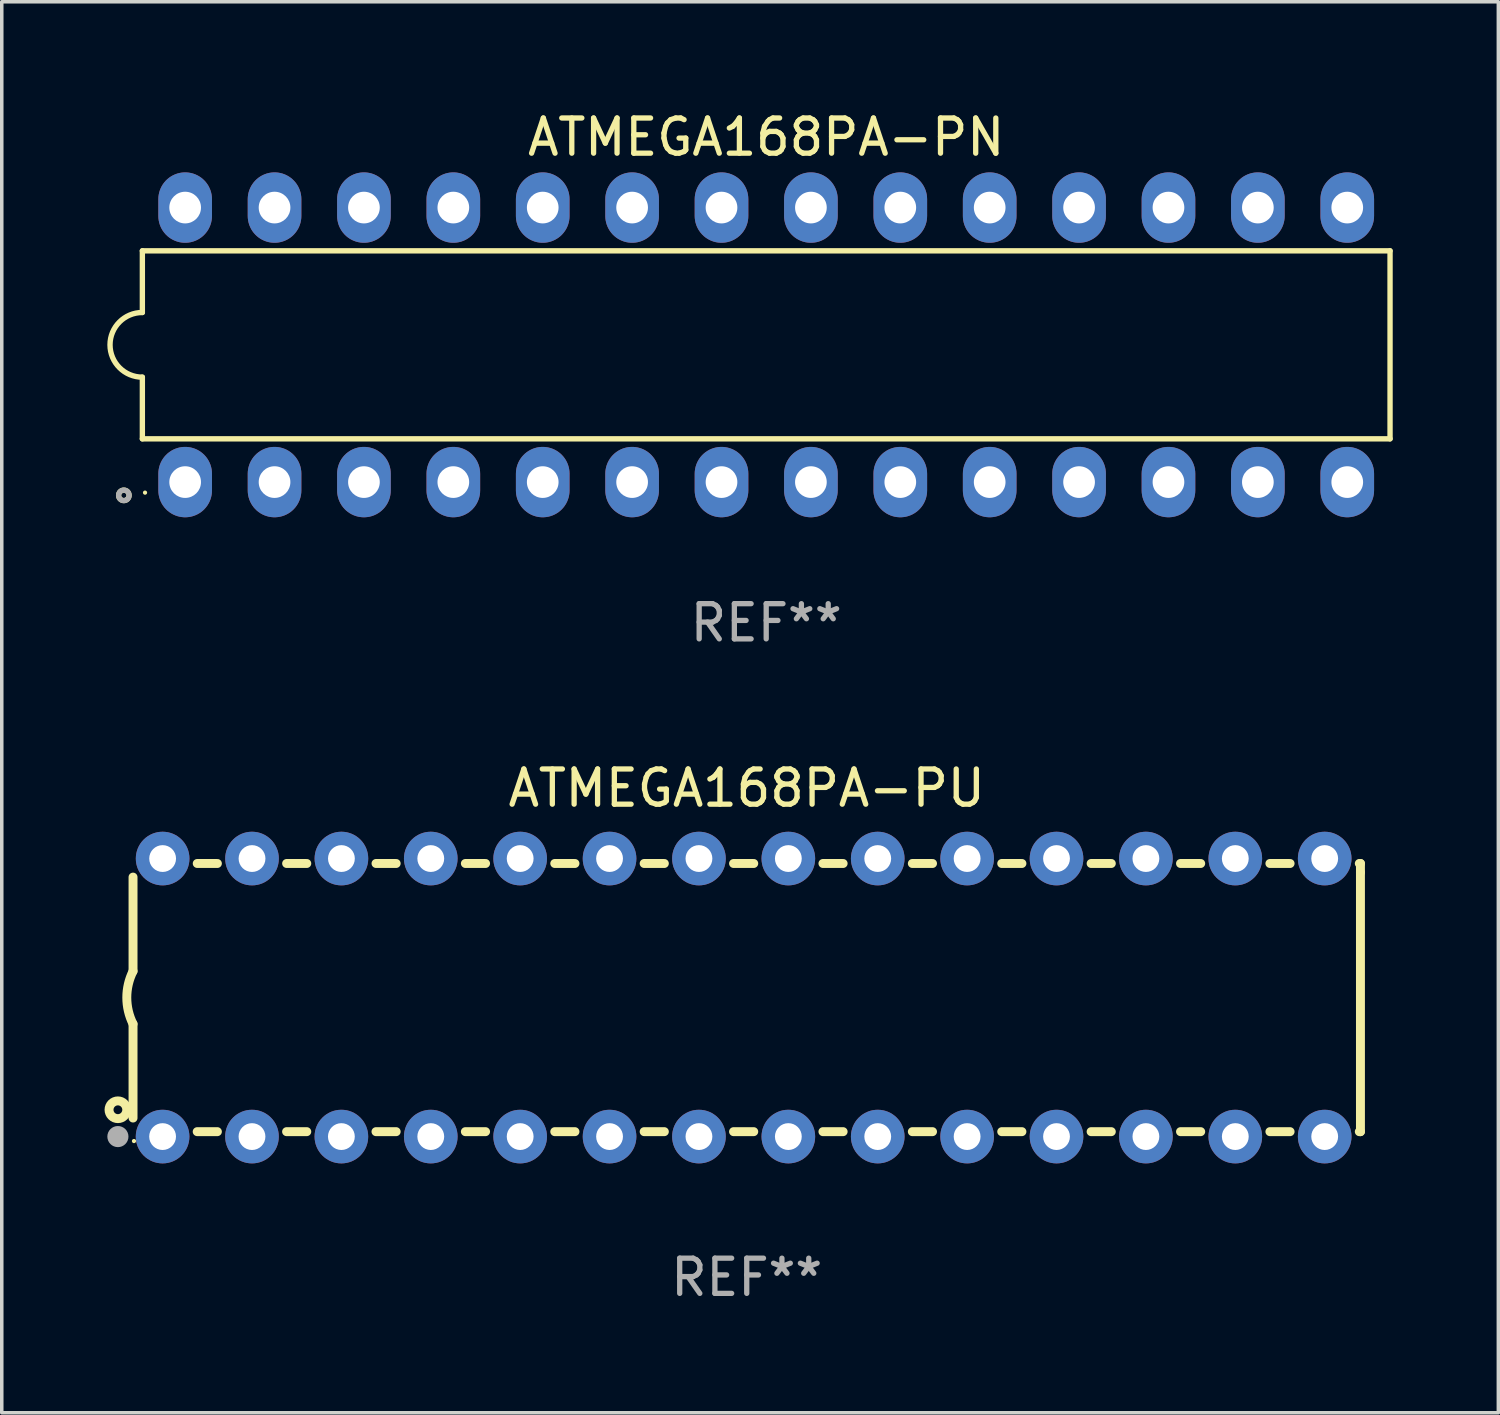
<source format=kicad_pcb>
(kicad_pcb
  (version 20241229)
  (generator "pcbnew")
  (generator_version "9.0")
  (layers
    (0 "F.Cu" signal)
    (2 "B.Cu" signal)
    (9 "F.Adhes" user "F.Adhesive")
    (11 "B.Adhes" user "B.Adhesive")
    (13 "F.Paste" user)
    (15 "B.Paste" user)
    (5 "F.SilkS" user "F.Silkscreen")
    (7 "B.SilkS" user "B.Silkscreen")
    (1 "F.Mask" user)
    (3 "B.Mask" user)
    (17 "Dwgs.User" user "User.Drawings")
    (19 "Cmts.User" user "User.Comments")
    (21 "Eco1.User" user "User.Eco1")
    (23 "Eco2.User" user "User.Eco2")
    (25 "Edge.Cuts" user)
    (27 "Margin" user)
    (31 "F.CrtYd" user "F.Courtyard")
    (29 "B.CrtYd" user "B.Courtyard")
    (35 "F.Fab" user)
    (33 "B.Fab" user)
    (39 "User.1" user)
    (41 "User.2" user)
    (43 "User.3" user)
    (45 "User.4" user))
  (footprint "ATMEGA168PA-PU"
    (layer "F.Cu")
    (at 18.168 25.295)
    (property "Reference" "ATMEGA168PA-PU" (at 0 -5.95 0) (layer "F.SilkS") (effects (font (size 1 1) (thickness 0.15))))
    (attr through_hole)
    (fp_line (start -17.438 0.75) (end -17.438 3.423) (stroke (width 0.254) (type solid)) (layer "F.SilkS"))
    (fp_line (start -17.438 -3.423) (end -17.438 -0.75) (stroke (width 0.254) (type solid)) (layer "F.SilkS"))
    (fp_line (start -15.615 3.81) (end -15.041 3.81) (stroke (width 0.254) (type solid)) (layer "F.SilkS"))
    (fp_line (start -15.041 -3.81) (end -15.614 -3.81) (stroke (width 0.254) (type solid)) (layer "F.SilkS"))
    (fp_line (start -13.075 3.81) (end -12.501 3.81) (stroke (width 0.254) (type solid)) (layer "F.SilkS"))
    (fp_line (start -12.501 -3.81) (end -13.074 -3.81) (stroke (width 0.254) (type solid)) (layer "F.SilkS"))
    (fp_line (start -10.535 3.81) (end -9.961 3.81) (stroke (width 0.254) (type solid)) (layer "F.SilkS"))
    (fp_line (start -9.961 -3.81) (end -10.534 -3.81) (stroke (width 0.254) (type solid)) (layer "F.SilkS"))
    (fp_line (start -7.995 3.81) (end -7.421 3.81) (stroke (width 0.254) (type solid)) (layer "F.SilkS"))
    (fp_line (start -7.421 -3.81) (end -7.995 -3.81) (stroke (width 0.254) (type solid)) (layer "F.SilkS"))
    (fp_line (start -5.455 3.81) (end -4.881 3.81) (stroke (width 0.254) (type solid)) (layer "F.SilkS"))
    (fp_line (start -4.881 -3.81) (end -5.455 -3.81) (stroke (width 0.254) (type solid)) (layer "F.SilkS"))
    (fp_line (start -2.915 3.81) (end -2.341 3.81) (stroke (width 0.254) (type solid)) (layer "F.SilkS"))
    (fp_line (start -2.341 -3.81) (end -2.915 -3.81) (stroke (width 0.254) (type solid)) (layer "F.SilkS"))
    (fp_line (start -0.375 3.81) (end 0.199 3.81) (stroke (width 0.254) (type solid)) (layer "F.SilkS"))
    (fp_line (start 0.199 -3.81) (end -0.375 -3.81) (stroke (width 0.254) (type solid)) (layer "F.SilkS"))
    (fp_line (start 2.165 3.81) (end 2.739 3.81) (stroke (width 0.254) (type solid)) (layer "F.SilkS"))
    (fp_line (start 2.739 -3.81) (end 2.165 -3.81) (stroke (width 0.254) (type solid)) (layer "F.SilkS"))
    (fp_line (start 4.705 3.81) (end 5.279 3.81) (stroke (width 0.254) (type solid)) (layer "F.SilkS"))
    (fp_line (start 5.279 -3.81) (end 4.705 -3.81) (stroke (width 0.254) (type solid)) (layer "F.SilkS"))
    (fp_line (start 7.245 3.81) (end 7.819 3.81) (stroke (width 0.254) (type solid)) (layer "F.SilkS"))
    (fp_line (start 7.819 -3.81) (end 7.245 -3.81) (stroke (width 0.254) (type solid)) (layer "F.SilkS"))
    (fp_line (start 9.785 3.81) (end 10.359 3.81) (stroke (width 0.254) (type solid)) (layer "F.SilkS"))
    (fp_line (start 10.359 -3.81) (end 9.785 -3.81) (stroke (width 0.254) (type solid)) (layer "F.SilkS"))
    (fp_line (start 12.325 3.81) (end 12.899 3.81) (stroke (width 0.254) (type solid)) (layer "F.SilkS"))
    (fp_line (start 12.899 -3.81) (end 12.325 -3.81) (stroke (width 0.254) (type solid)) (layer "F.SilkS"))
    (fp_line (start 14.865 3.81) (end 15.439 3.81) (stroke (width 0.254) (type solid)) (layer "F.SilkS"))
    (fp_line (start 15.439 -3.81) (end 14.865 -3.81) (stroke (width 0.254) (type solid)) (layer "F.SilkS"))
    (fp_line (start 17.405 3.81) (end 17.438 3.81) (stroke (width 0.254) (type solid)) (layer "F.SilkS"))
    (fp_line (start 17.438 -3.81) (end 17.405 -3.81) (stroke (width 0.254) (type solid)) (layer "F.SilkS"))
    (fp_line (start 17.438 -3.556) (end 17.438 -3.81) (stroke (width 0.254) (type solid)) (layer "F.SilkS"))
    (fp_line (start 17.438 3.81) (end 17.438 -3.556) (stroke (width 0.254) (type solid)) (layer "F.SilkS"))
    (fp_arc (start -17.437986 0.749657) (mid -17.614887 -0.000024) (end -17.437783 -0.749657) (stroke (width 0.254001) (type solid)) (layer "F.SilkS"))
    (fp_circle (center -17.868 3.188) (end -17.743 3.188) (stroke (width 0.254) (type solid)) (fill no) (layer "F.SilkS"))
    (fp_circle (center -17.411 4.077) (end -17.381 4.077) (stroke (width 0.06) (type solid)) (fill no) (layer "F.SilkS"))
    (fp_circle (center -17.868 3.95) (end -17.718 3.95) (stroke (width 0.3) (type solid)) (fill no) (layer "F.Fab"))
    (fp_text user "REF**" (at 0 7.95 0) (layer "F.Fab") (effects (font (size 1 1) (thickness 0.15))))
    (pad "1" thru_hole circle (at -16.598 3.95) (size 1.524 1.524) (drill 0.762) (layers "*.Cu" "*.Mask"))
    (pad "2" thru_hole circle (at -14.058 3.95) (size 1.524 1.524) (drill 0.762) (layers "*.Cu" "*.Mask"))
    (pad "3" thru_hole circle (at -11.518 3.95) (size 1.524 1.524) (drill 0.762) (layers "*.Cu" "*.Mask"))
    (pad "4" thru_hole circle (at -8.978 3.95) (size 1.524 1.524) (drill 0.762) (layers "*.Cu" "*.Mask"))
    (pad "5" thru_hole circle (at -6.438 3.95) (size 1.524 1.524) (drill 0.762) (layers "*.Cu" "*.Mask"))
    (pad "6" thru_hole circle (at -3.898 3.95) (size 1.524 1.524) (drill 0.762) (layers "*.Cu" "*.Mask"))
    (pad "7" thru_hole circle (at -1.358 3.95) (size 1.524 1.524) (drill 0.762) (layers "*.Cu" "*.Mask"))
    (pad "8" thru_hole circle (at 1.182 3.95) (size 1.524 1.524) (drill 0.762) (layers "*.Cu" "*.Mask"))
    (pad "9" thru_hole circle (at 3.722 3.95) (size 1.524 1.524) (drill 0.762) (layers "*.Cu" "*.Mask"))
    (pad "10" thru_hole circle (at 6.262 3.95) (size 1.524 1.524) (drill 0.762) (layers "*.Cu" "*.Mask"))
    (pad "11" thru_hole circle (at 8.802 3.95) (size 1.524 1.524) (drill 0.762) (layers "*.Cu" "*.Mask"))
    (pad "12" thru_hole circle (at 11.342 3.95) (size 1.524 1.524) (drill 0.762) (layers "*.Cu" "*.Mask"))
    (pad "13" thru_hole circle (at 13.882 3.95) (size 1.524 1.524) (drill 0.762) (layers "*.Cu" "*.Mask"))
    (pad "14" thru_hole circle (at 16.422 3.95) (size 1.524 1.524) (drill 0.762) (layers "*.Cu" "*.Mask"))
    (pad "15" thru_hole circle (at 16.422 -3.95) (size 1.524 1.524) (drill 0.762) (layers "*.Cu" "*.Mask"))
    (pad "16" thru_hole circle (at 13.882 -3.95) (size 1.524 1.524) (drill 0.762) (layers "*.Cu" "*.Mask"))
    (pad "17" thru_hole circle (at 11.342 -3.95) (size 1.524 1.524) (drill 0.762) (layers "*.Cu" "*.Mask"))
    (pad "18" thru_hole circle (at 8.802 -3.95) (size 1.524 1.524) (drill 0.762) (layers "*.Cu" "*.Mask"))
    (pad "19" thru_hole circle (at 6.262 -3.95) (size 1.524 1.524) (drill 0.762) (layers "*.Cu" "*.Mask"))
    (pad "20" thru_hole circle (at 3.722 -3.95) (size 1.524 1.524) (drill 0.762) (layers "*.Cu" "*.Mask"))
    (pad "21" thru_hole circle (at 1.182 -3.95) (size 1.524 1.524) (drill 0.762) (layers "*.Cu" "*.Mask"))
    (pad "22" thru_hole circle (at -1.358 -3.95) (size 1.524 1.524) (drill 0.762) (layers "*.Cu" "*.Mask"))
    (pad "23" thru_hole circle (at -3.898 -3.95) (size 1.524 1.524) (drill 0.762) (layers "*.Cu" "*.Mask"))
    (pad "24" thru_hole circle (at -6.438 -3.95) (size 1.524 1.524) (drill 0.762) (layers "*.Cu" "*.Mask"))
    (pad "25" thru_hole circle (at -8.978 -3.95) (size 1.524 1.524) (drill 0.762) (layers "*.Cu" "*.Mask"))
    (pad "26" thru_hole circle (at -11.517 -3.95) (size 1.524 1.524) (drill 0.762) (layers "*.Cu" "*.Mask"))
    (pad "27" thru_hole circle (at -14.057 -3.95) (size 1.524 1.524) (drill 0.762) (layers "*.Cu" "*.Mask"))
    (pad "28" thru_hole circle (at -16.597 -3.95) (size 1.524 1.524) (drill 0.762) (layers "*.Cu" "*.Mask")))
  (footprint "ATMEGA168PA-PN"
    (layer "F.Cu")
    (at 18.721 6.748)
    (property "Reference" "ATMEGA168PA-PN" (at 0 -5.9 0) (layer "F.SilkS") (effects (font (size 1 1) (thickness 0.15))))
    (attr through_hole)
    (fp_line (start -17.726 -2.671) (end -17.726 -0.919) (stroke (width 0.152) (type solid)) (layer "F.SilkS"))
    (fp_line (start -17.726 0.919) (end -17.726 2.671) (stroke (width 0.152) (type solid)) (layer "F.SilkS"))
    (fp_line (start -17.726 2.671) (end 17.726 2.671) (stroke (width 0.152) (type solid)) (layer "F.SilkS"))
    (fp_line (start 17.726 -2.671) (end -17.726 -2.671) (stroke (width 0.152) (type solid)) (layer "F.SilkS"))
    (fp_line (start 17.726 2.671) (end 17.726 -2.671) (stroke (width 0.152) (type solid)) (layer "F.SilkS"))
    (fp_arc (start -17.726213 0.91875) (mid -18.644963 0) (end -17.726213 -0.91875) (stroke (width 0.1524) (type solid)) (layer "F.SilkS"))
    (fp_circle (center -18.252 4.277) (end -18.178 4.277) (stroke (width 0.15) (type solid)) (fill no) (layer "F.SilkS"))
    (fp_circle (center -17.65 4.2) (end -17.62 4.2) (stroke (width 0.06) (type solid)) (fill no) (layer "F.SilkS"))
    (fp_circle (center -18.252 4.277) (end -18.178 4.277) (stroke (width 0.15) (type solid)) (fill no) (layer "F.Fab"))
    (fp_text user "REF**" (at 0 7.9 0) (layer "F.Fab") (effects (font (size 1 1) (thickness 0.15))))
    (pad "1" thru_hole oval (at -16.51 3.9) (size 1.524 2) (drill 0.9) (layers "*.Cu" "*.Mask"))
    (pad "2" thru_hole oval (at -13.97 3.9) (size 1.524 2) (drill 0.9) (layers "*.Cu" "*.Mask"))
    (pad "3" thru_hole oval (at -11.43 3.9) (size 1.524 2) (drill 0.9) (layers "*.Cu" "*.Mask"))
    (pad "4" thru_hole oval (at -8.89 3.9) (size 1.524 2) (drill 0.9) (layers "*.Cu" "*.Mask"))
    (pad "5" thru_hole oval (at -6.35 3.9) (size 1.524 2) (drill 0.9) (layers "*.Cu" "*.Mask"))
    (pad "6" thru_hole oval (at -3.81 3.9) (size 1.524 2) (drill 0.9) (layers "*.Cu" "*.Mask"))
    (pad "7" thru_hole oval (at -1.27 3.9) (size 1.524 2) (drill 0.9) (layers "*.Cu" "*.Mask"))
    (pad "8" thru_hole oval (at 1.27 3.9) (size 1.524 2) (drill 0.9) (layers "*.Cu" "*.Mask"))
    (pad "9" thru_hole oval (at 3.81 3.9) (size 1.524 2) (drill 0.9) (layers "*.Cu" "*.Mask"))
    (pad "10" thru_hole oval (at 6.35 3.9) (size 1.524 2) (drill 0.9) (layers "*.Cu" "*.Mask"))
    (pad "11" thru_hole oval (at 8.89 3.9) (size 1.524 2) (drill 0.9) (layers "*.Cu" "*.Mask"))
    (pad "12" thru_hole oval (at 11.43 3.9) (size 1.524 2) (drill 0.9) (layers "*.Cu" "*.Mask"))
    (pad "13" thru_hole oval (at 13.97 3.9) (size 1.524 2) (drill 0.9) (layers "*.Cu" "*.Mask"))
    (pad "14" thru_hole oval (at 16.51 3.9) (size 1.524 2) (drill 0.9) (layers "*.Cu" "*.Mask"))
    (pad "15" thru_hole oval (at 16.51 -3.9) (size 1.524 2) (drill 0.9) (layers "*.Cu" "*.Mask"))
    (pad "16" thru_hole oval (at 13.97 -3.9) (size 1.524 2) (drill 0.9) (layers "*.Cu" "*.Mask"))
    (pad "17" thru_hole oval (at 11.43 -3.9) (size 1.524 2) (drill 0.9) (layers "*.Cu" "*.Mask"))
    (pad "18" thru_hole oval (at 8.89 -3.9) (size 1.524 2) (drill 0.9) (layers "*.Cu" "*.Mask"))
    (pad "19" thru_hole oval (at 6.35 -3.9) (size 1.524 2) (drill 0.9) (layers "*.Cu" "*.Mask"))
    (pad "20" thru_hole oval (at 3.81 -3.9) (size 1.524 2) (drill 0.9) (layers "*.Cu" "*.Mask"))
    (pad "21" thru_hole oval (at 1.27 -3.9) (size 1.524 2) (drill 0.9) (layers "*.Cu" "*.Mask"))
    (pad "22" thru_hole oval (at -1.27 -3.9) (size 1.524 2) (drill 0.9) (layers "*.Cu" "*.Mask"))
    (pad "23" thru_hole oval (at -3.81 -3.9) (size 1.524 2) (drill 0.9) (layers "*.Cu" "*.Mask"))
    (pad "24" thru_hole oval (at -6.35 -3.9) (size 1.524 2) (drill 0.9) (layers "*.Cu" "*.Mask"))
    (pad "25" thru_hole oval (at -8.89 -3.9) (size 1.524 2) (drill 0.9) (layers "*.Cu" "*.Mask"))
    (pad "26" thru_hole oval (at -11.43 -3.9) (size 1.524 2) (drill 0.9) (layers "*.Cu" "*.Mask"))
    (pad "27" thru_hole oval (at -13.97 -3.9) (size 1.524 2) (drill 0.9) (layers "*.Cu" "*.Mask"))
    (pad "28" thru_hole oval (at -16.51 -3.9) (size 1.524 2) (drill 0.9) (layers "*.Cu" "*.Mask")))
  (gr_rect
    (start -3 -3)
    (end 39.524 37.093)
    (stroke (width 0.1) (type default))
    (fill no)
    (layer "Edge.Cuts")))
</source>
